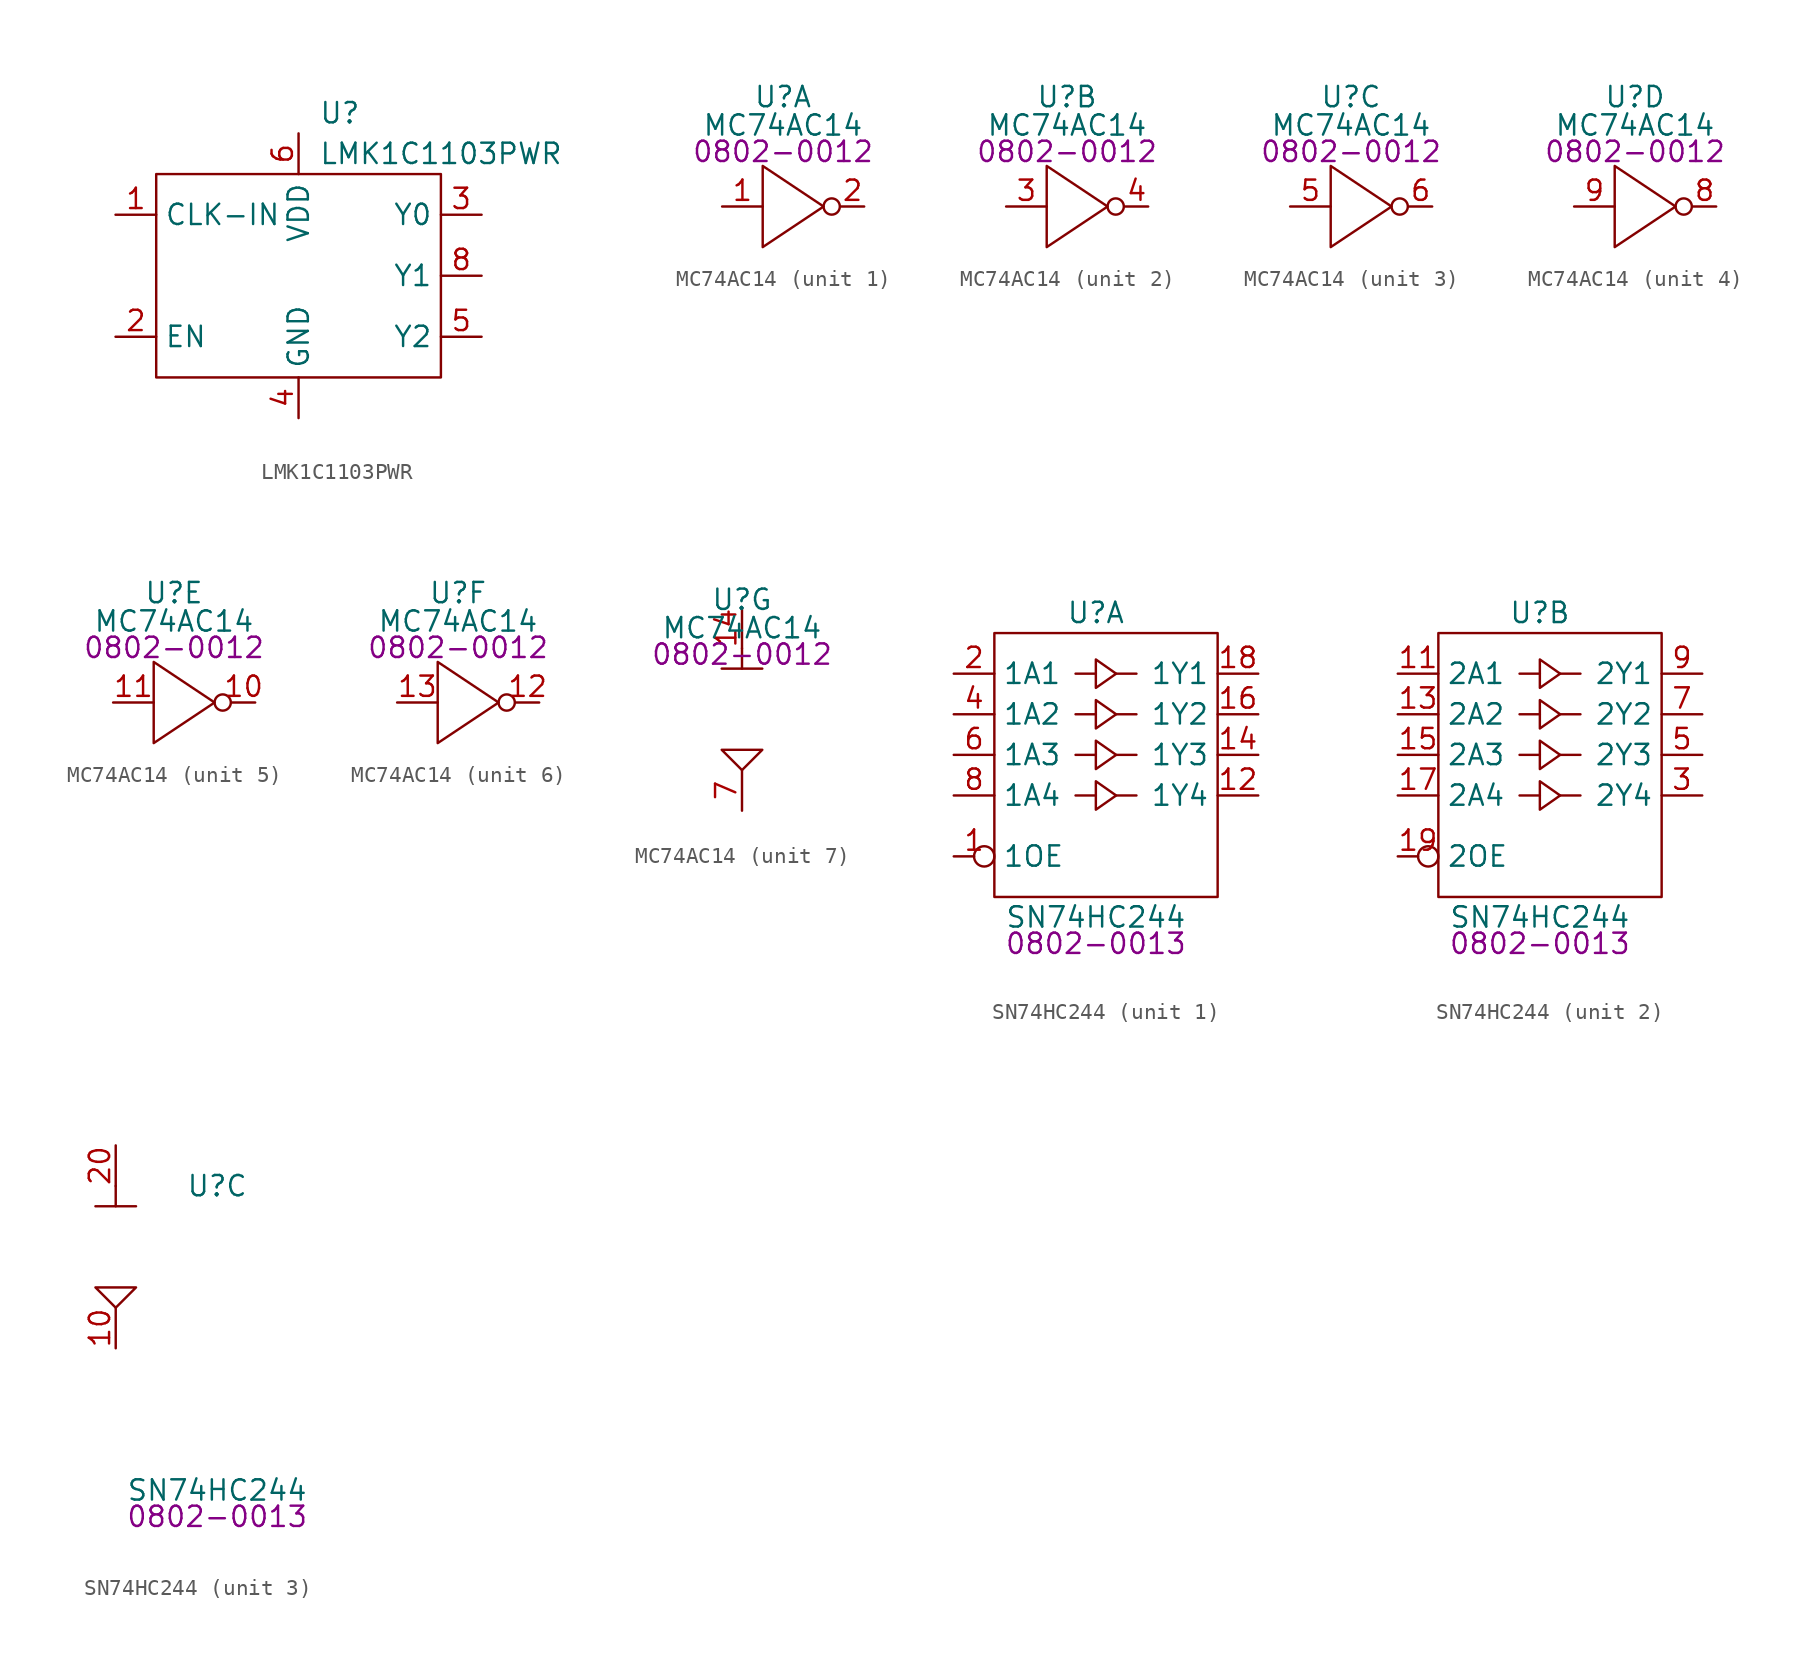
<source format=kicad_sym>
(kicad_symbol_lib
  (version 20220914)
  (generator kicad_symbol_editor)
  (symbol "LMK1C1103PWR"
    (property "Reference" "U"
      (at 10.16 3.81 0)
      (effects (font (size 1.27 1.27)) (justify left)))
    (property "Value" "LMK1C1103PWR"
      (at 10.16 1.27 0)
      (effects (font (size 1.27 1.27)) (justify left)))
    (symbol "LMK1C1103PWR_0_0"
      (pin input line (at -2.54 -2.54 0) (length 2.54) (name "CLK-IN" (effects (font (size 1.27 1.27)))) (number "1" (effects (font (size 1.27 1.27)))))
      (pin input line (at -2.54 -10.16 0) (length 2.54) (name "EN" (effects (font (size 1.27 1.27)))) (number "2" (effects (font (size 1.27 1.27)))))
      (pin output line (at 20.32 -2.54 180) (length 2.54) (name "Y0" (effects (font (size 1.27 1.27)))) (number "3" (effects (font (size 1.27 1.27)))))
      (pin power_in line (at 8.89 -15.24 90) (length 2.54) (name "GND" (effects (font (size 1.27 1.27)))) (number "4" (effects (font (size 1.27 1.27)))))
      (pin output line (at 20.32 -10.16 180) (length 2.54) (name "Y2" (effects (font (size 1.27 1.27)))) (number "5" (effects (font (size 1.27 1.27)))))
      (pin power_in line (at 8.89 2.54 270) (length 2.54) (name "VDD" (effects (font (size 1.27 1.27)))) (number "6" (effects (font (size 1.27 1.27)))))
      (pin no_connect line (at 7.62 -7.62 0) (length 2.54) hide (name "NC" (effects (font (size 1.27 1.27)))) (number "7" (effects (font (size 1.27 1.27)))))
      (pin output line (at 20.32 -6.35 180) (length 2.54) (name "Y1" (effects (font (size 1.27 1.27)))) (number "8" (effects (font (size 1.27 1.27))))))
    (symbol "LMK1C1103PWR_0_1"
      (rectangle (start 0 0) (end 17.78 -12.7) (stroke (width 0) (type default)) (fill (type none)))))
  (symbol "MC74AC14"
    (property "Reference" "U"
      (at 0 6.858 0)
      (effects (font (size 1.27 1.27))))
    (property "Value" "MC74AC14"
      (at 0 5.08 0)
      (effects (font (size 1.27 1.27))))
    (property "PartNumber" "0802-0012"
      (at 0 3.429 0)
      (effects (font (size 1.27 1.27))))
    (property "ki_locked" ""
      (at 0 0 0)
      (effects (font (size 1.27 1.27))))
    (symbol "MC74AC14_1_0"
      (pin input line (at -3.81 0 0) (length 2.54) (name "~" (effects (font (size 1.27 1.27)))) (number "1" (effects (font (size 1.27 1.27)))))
      (pin output line (at 5.08 0 180) (length 1.45) (name "~" (effects (font (size 1.27 1.27)))) (number "2" (effects (font (size 1.27 1.27))))))
    (symbol "MC74AC14_1_1"
      (polyline (pts (xy -1.27 2.54) (xy -1.27 -2.54) (xy 2.54 0) (xy -1.27 2.54)) (stroke (width 0) (type default)) (fill (type none)))
      (circle (center 3.048 0) (radius 0.508) (stroke (width 0) (type default)) (fill (type none))))
    (symbol "MC74AC14_2_0"
      (pin input line (at -3.81 0 0) (length 2.54) (name "~" (effects (font (size 1.27 1.27)))) (number "3" (effects (font (size 1.27 1.27)))))
      (pin output line (at 5.08 0 180) (length 1.45) (name "~" (effects (font (size 1.27 1.27)))) (number "4" (effects (font (size 1.27 1.27))))))
    (symbol "MC74AC14_2_1"
      (polyline (pts (xy -1.27 2.54) (xy -1.27 -2.54) (xy 2.54 0) (xy -1.27 2.54)) (stroke (width 0) (type default)) (fill (type none)))
      (circle (center 3.048 0) (radius 0.508) (stroke (width 0) (type default)) (fill (type none))))
    (symbol "MC74AC14_3_0"
      (pin input line (at -3.81 0 0) (length 2.54) (name "~" (effects (font (size 1.27 1.27)))) (number "5" (effects (font (size 1.27 1.27)))))
      (pin output line (at 5.08 0 180) (length 1.45) (name "~" (effects (font (size 1.27 1.27)))) (number "6" (effects (font (size 1.27 1.27))))))
    (symbol "MC74AC14_3_1"
      (polyline (pts (xy -1.27 2.54) (xy -1.27 -2.54) (xy 2.54 0) (xy -1.27 2.54)) (stroke (width 0) (type default)) (fill (type none)))
      (circle (center 3.048 0) (radius 0.508) (stroke (width 0) (type default)) (fill (type none))))
    (symbol "MC74AC14_4_0"
      (pin output line (at 5.08 0 180) (length 1.45) (name "~" (effects (font (size 1.27 1.27)))) (number "8" (effects (font (size 1.27 1.27)))))
      (pin input line (at -3.81 0 0) (length 2.54) (name "~" (effects (font (size 1.27 1.27)))) (number "9" (effects (font (size 1.27 1.27))))))
    (symbol "MC74AC14_4_1"
      (polyline (pts (xy -1.27 2.54) (xy -1.27 -2.54) (xy 2.54 0) (xy -1.27 2.54)) (stroke (width 0) (type default)) (fill (type none)))
      (circle (center 3.048 0) (radius 0.508) (stroke (width 0) (type default)) (fill (type none))))
    (symbol "MC74AC14_5_0"
      (pin output line (at 5.08 0 180) (length 1.45) (name "~" (effects (font (size 1.27 1.27)))) (number "10" (effects (font (size 1.27 1.27)))))
      (pin input line (at -3.81 0 0) (length 2.54) (name "~" (effects (font (size 1.27 1.27)))) (number "11" (effects (font (size 1.27 1.27))))))
    (symbol "MC74AC14_5_1"
      (polyline (pts (xy -1.27 2.54) (xy -1.27 -2.54) (xy 2.54 0) (xy -1.27 2.54)) (stroke (width 0) (type default)) (fill (type none)))
      (circle (center 3.048 0) (radius 0.508) (stroke (width 0) (type default)) (fill (type none))))
    (symbol "MC74AC14_6_0"
      (pin output line (at 5.08 0 180) (length 1.45) (name "~" (effects (font (size 1.27 1.27)))) (number "12" (effects (font (size 1.27 1.27)))))
      (pin input line (at -3.81 0 0) (length 2.54) (name "~" (effects (font (size 1.27 1.27)))) (number "13" (effects (font (size 1.27 1.27))))))
    (symbol "MC74AC14_6_1"
      (polyline (pts (xy -1.27 2.54) (xy -1.27 -2.54) (xy 2.54 0) (xy -1.27 2.54)) (stroke (width 0) (type default)) (fill (type none)))
      (circle (center 3.048 0) (radius 0.508) (stroke (width 0) (type default)) (fill (type none))))
    (symbol "MC74AC14_7_0"
      (pin power_in line (at 0 6.35 270) (length 2.54) (name "~" (effects (font (size 1.27 1.27)))) (number "14" (effects (font (size 1.27 1.27)))))
      (pin power_in line (at 0 -6.35 90) (length 2.54) (name "~" (effects (font (size 1.27 1.27)))) (number "7" (effects (font (size 1.27 1.27))))))
    (symbol "MC74AC14_7_1"
      (polyline (pts (xy 0 2.54) (xy 1.27 2.54)) (stroke (width 0) (type default)) (fill (type none)))
      (polyline (pts (xy 0 3.81) (xy 0 2.54) (xy -1.27 2.54)) (stroke (width 0) (type default)) (fill (type none)))
      (polyline (pts (xy 0 -3.81) (xy -1.27 -2.54) (xy 1.27 -2.54) (xy 0 -3.81)) (stroke (width 0) (type default)) (fill (type none)))))
  (symbol "SN74HC244"
    (property "Reference" "U"
      (at 6.35 3.81 0)
      (effects (font (size 1.27 1.27))))
    (property "Value" "SN74HC244"
      (at 6.35 -15.24 0)
      (effects (font (size 1.27 1.27))))
    (property "PartNumber" "0802-0013"
      (at 6.35 -16.891 0)
      (effects (font (size 1.27 1.27))))
    (property "ki_locked" ""
      (at 0 0 0)
      (effects (font (size 1.27 1.27))))
    (symbol "SN74HC244_1_0"
      (pin input inverted (at -2.54 -11.43 0) (length 2.54) (name "1OE" (effects (font (size 1.27 1.27)))) (number "1" (effects (font (size 1.27 1.27)))))
      (pin output line (at 16.51 -7.62 180) (length 2.54) (name "1Y4" (effects (font (size 1.27 1.27)))) (number "12" (effects (font (size 1.27 1.27)))))
      (pin output line (at 16.51 -5.08 180) (length 2.54) (name "1Y3" (effects (font (size 1.27 1.27)))) (number "14" (effects (font (size 1.27 1.27)))))
      (pin output line (at 16.51 -2.54 180) (length 2.54) (name "1Y2" (effects (font (size 1.27 1.27)))) (number "16" (effects (font (size 1.27 1.27)))))
      (pin output line (at 16.51 0 180) (length 2.54) (name "1Y1" (effects (font (size 1.27 1.27)))) (number "18" (effects (font (size 1.27 1.27)))))
      (pin input line (at -2.54 0 0) (length 2.54) (name "1A1" (effects (font (size 1.27 1.27)))) (number "2" (effects (font (size 1.27 1.27)))))
      (pin input line (at -2.54 -2.54 0) (length 2.54) (name "1A2" (effects (font (size 1.27 1.27)))) (number "4" (effects (font (size 1.27 1.27)))))
      (pin input line (at -2.54 -5.08 0) (length 2.54) (name "1A3" (effects (font (size 1.27 1.27)))) (number "6" (effects (font (size 1.27 1.27)))))
      (pin input line (at -2.54 -7.62 0) (length 2.54) (name "1A4" (effects (font (size 1.27 1.27)))) (number "8" (effects (font (size 1.27 1.27))))))
    (symbol "SN74HC244_1_1"
      (polyline (pts (xy 5.08 -7.62) (xy 6.35 -7.62)) (stroke (width 0) (type default)) (fill (type none)))
      (polyline (pts (xy 5.08 -5.08) (xy 6.35 -5.08)) (stroke (width 0) (type default)) (fill (type none)))
      (polyline (pts (xy 5.08 -2.54) (xy 6.35 -2.54)) (stroke (width 0) (type default)) (fill (type none)))
      (polyline (pts (xy 5.08 0) (xy 6.35 0)) (stroke (width 0) (type default)) (fill (type none)))
      (polyline (pts (xy 7.62 -7.62) (xy 8.89 -7.62)) (stroke (width 0) (type default)) (fill (type none)))
      (polyline (pts (xy 7.62 -5.08) (xy 8.89 -5.08)) (stroke (width 0) (type default)) (fill (type none)))
      (polyline (pts (xy 7.62 -2.54) (xy 8.89 -2.54)) (stroke (width 0) (type default)) (fill (type none)))
      (polyline (pts (xy 7.62 0) (xy 8.89 0)) (stroke (width 0) (type default)) (fill (type none)))
      (polyline (pts (xy 6.35 -7.62) (xy 6.35 -6.731) (xy 7.62 -7.62) (xy 6.35 -8.509) (xy 6.35 -7.62)) (stroke (width 0) (type default)) (fill (type none)))
      (polyline (pts (xy 6.35 -5.08) (xy 6.35 -4.191) (xy 7.62 -5.08) (xy 6.35 -5.969) (xy 6.35 -5.08)) (stroke (width 0) (type default)) (fill (type none)))
      (polyline (pts (xy 6.35 -2.54) (xy 6.35 -1.651) (xy 7.62 -2.54) (xy 6.35 -3.429) (xy 6.35 -2.54)) (stroke (width 0) (type default)) (fill (type none)))
      (polyline (pts (xy 6.35 0) (xy 6.35 0.889) (xy 7.62 0) (xy 6.35 -0.889) (xy 6.35 0)) (stroke (width 0) (type default)) (fill (type none)))
      (rectangle (start 0 2.54) (end 13.97 -13.97) (stroke (width 0) (type default)) (fill (type none))))
    (symbol "SN74HC244_2_0"
      (pin input line (at -2.54 0 0) (length 2.54) (name "2A1" (effects (font (size 1.27 1.27)))) (number "11" (effects (font (size 1.27 1.27)))))
      (pin input line (at -2.54 -2.54 0) (length 2.54) (name "2A2" (effects (font (size 1.27 1.27)))) (number "13" (effects (font (size 1.27 1.27)))))
      (pin input line (at -2.54 -5.08 0) (length 2.54) (name "2A3" (effects (font (size 1.27 1.27)))) (number "15" (effects (font (size 1.27 1.27)))))
      (pin input line (at -2.54 -7.62 0) (length 2.54) (name "2A4" (effects (font (size 1.27 1.27)))) (number "17" (effects (font (size 1.27 1.27)))))
      (pin input inverted (at -2.54 -11.43 0) (length 2.54) (name "2OE" (effects (font (size 1.27 1.27)))) (number "19" (effects (font (size 1.27 1.27)))))
      (pin output line (at 16.51 -7.62 180) (length 2.54) (name "2Y4" (effects (font (size 1.27 1.27)))) (number "3" (effects (font (size 1.27 1.27)))))
      (pin output line (at 16.51 -5.08 180) (length 2.54) (name "2Y3" (effects (font (size 1.27 1.27)))) (number "5" (effects (font (size 1.27 1.27)))))
      (pin output line (at 16.51 -2.54 180) (length 2.54) (name "2Y2" (effects (font (size 1.27 1.27)))) (number "7" (effects (font (size 1.27 1.27)))))
      (pin output line (at 16.51 0 180) (length 2.54) (name "2Y1" (effects (font (size 1.27 1.27)))) (number "9" (effects (font (size 1.27 1.27))))))
    (symbol "SN74HC244_2_1"
      (polyline (pts (xy 5.08 -7.62) (xy 6.35 -7.62)) (stroke (width 0) (type default)) (fill (type none)))
      (polyline (pts (xy 5.08 -5.08) (xy 6.35 -5.08)) (stroke (width 0) (type default)) (fill (type none)))
      (polyline (pts (xy 5.08 -2.54) (xy 6.35 -2.54)) (stroke (width 0) (type default)) (fill (type none)))
      (polyline (pts (xy 5.08 0) (xy 6.35 0)) (stroke (width 0) (type default)) (fill (type none)))
      (polyline (pts (xy 7.62 -7.62) (xy 8.89 -7.62)) (stroke (width 0) (type default)) (fill (type none)))
      (polyline (pts (xy 7.62 -5.08) (xy 8.89 -5.08)) (stroke (width 0) (type default)) (fill (type none)))
      (polyline (pts (xy 7.62 -2.54) (xy 8.89 -2.54)) (stroke (width 0) (type default)) (fill (type none)))
      (polyline (pts (xy 7.62 0) (xy 8.89 0)) (stroke (width 0) (type default)) (fill (type none)))
      (polyline (pts (xy 6.35 -7.62) (xy 6.35 -6.731) (xy 7.62 -7.62) (xy 6.35 -8.509) (xy 6.35 -7.62)) (stroke (width 0) (type default)) (fill (type none)))
      (polyline (pts (xy 6.35 -5.08) (xy 6.35 -4.191) (xy 7.62 -5.08) (xy 6.35 -5.969) (xy 6.35 -5.08)) (stroke (width 0) (type default)) (fill (type none)))
      (polyline (pts (xy 6.35 -2.54) (xy 6.35 -1.651) (xy 7.62 -2.54) (xy 6.35 -3.429) (xy 6.35 -2.54)) (stroke (width 0) (type default)) (fill (type none)))
      (polyline (pts (xy 6.35 0) (xy 6.35 0.889) (xy 7.62 0) (xy 6.35 -0.889) (xy 6.35 0)) (stroke (width 0) (type default)) (fill (type none)))
      (rectangle (start 0 2.54) (end 13.97 -13.97) (stroke (width 0) (type default)) (fill (type none))))
    (symbol "SN74HC244_3_0"
      (pin power_in line (at 0 -6.35 90) (length 2.54) (name "~" (effects (font (size 1.27 1.27)))) (number "10" (effects (font (size 1.27 1.27)))))
      (pin power_in line (at 0 6.35 270) (length 2.54) (name "~" (effects (font (size 1.27 1.27)))) (number "20" (effects (font (size 1.27 1.27))))))
    (symbol "SN74HC244_3_1"
      (polyline (pts (xy 0 2.54) (xy 1.27 2.54)) (stroke (width 0) (type default)) (fill (type none)))
      (polyline (pts (xy 0 3.81) (xy 0 2.54) (xy -1.27 2.54)) (stroke (width 0) (type default)) (fill (type none)))
      (polyline (pts (xy 0 -3.81) (xy -1.27 -2.54) (xy 1.27 -2.54) (xy 0 -3.81)) (stroke (width 0) (type default)) (fill (type none))))))
</source>
